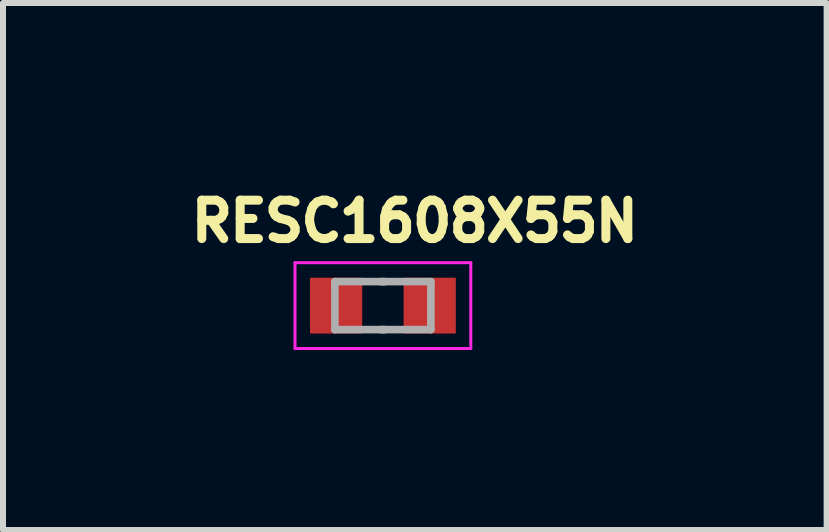
<source format=kicad_pcb>
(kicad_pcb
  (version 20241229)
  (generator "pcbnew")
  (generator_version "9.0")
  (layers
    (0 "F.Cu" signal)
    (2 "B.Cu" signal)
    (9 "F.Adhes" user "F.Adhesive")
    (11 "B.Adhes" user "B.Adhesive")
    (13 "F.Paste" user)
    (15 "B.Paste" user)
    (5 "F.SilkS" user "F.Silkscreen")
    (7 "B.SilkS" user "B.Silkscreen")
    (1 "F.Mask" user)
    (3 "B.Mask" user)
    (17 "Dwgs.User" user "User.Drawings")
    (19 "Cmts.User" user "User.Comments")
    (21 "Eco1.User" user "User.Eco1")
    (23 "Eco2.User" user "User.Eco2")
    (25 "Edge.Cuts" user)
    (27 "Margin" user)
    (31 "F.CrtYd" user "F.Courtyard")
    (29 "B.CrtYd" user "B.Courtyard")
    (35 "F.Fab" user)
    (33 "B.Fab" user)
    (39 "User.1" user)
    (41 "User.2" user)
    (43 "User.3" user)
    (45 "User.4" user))
  (footprint "RESC1608X55N"
    (layer "F.Cu")
    (at 3.332 2.044)
    (property "Reference" "RESC1608X55N" (at 0.532 -1.406 0) (layer "F.SilkS") (effects (font (size 0.64 0.64) (thickness 0.15))))
    (attr smd)
    (fp_line (start -0.025 -0.4) (end 0.025 -0.4) (stroke (width 0.127) (type solid)) (layer "F.SilkS"))
    (fp_line (start 0.025 0.4) (end -0.025 0.4) (stroke (width 0.127) (type solid)) (layer "F.SilkS"))
    (fp_line (start -1.465 -0.715) (end 1.465 -0.715) (stroke (width 0.05) (type solid)) (layer "F.CrtYd"))
    (fp_line (start -1.465 0.715) (end -1.465 -0.715) (stroke (width 0.05) (type solid)) (layer "F.CrtYd"))
    (fp_line (start 1.465 -0.715) (end 1.465 0.715) (stroke (width 0.05) (type solid)) (layer "F.CrtYd"))
    (fp_line (start 1.465 0.715) (end -1.465 0.715) (stroke (width 0.05) (type solid)) (layer "F.CrtYd"))
    (fp_line (start -0.8 -0.4) (end 0.8 -0.4) (stroke (width 0.127) (type solid)) (layer "F.Fab"))
    (fp_line (start -0.8 0.4) (end -0.8 -0.4) (stroke (width 0.127) (type solid)) (layer "F.Fab"))
    (fp_line (start 0.8 -0.4) (end 0.8 0.4) (stroke (width 0.127) (type solid)) (layer "F.Fab"))
    (fp_line (start 0.8 0.4) (end -0.8 0.4) (stroke (width 0.127) (type solid)) (layer "F.Fab"))
    (pad "1" smd rect (at -0.78 0) (size 0.87 0.93) (layers "F.Cu" "F.Mask" "F.Paste"))
    (pad "2" smd rect (at 0.78 0) (size 0.87 0.93) (layers "F.Cu" "F.Mask" "F.Paste")))
  (gr_rect
    (start -3 -3)
    (end 10.728 5.784)
    (stroke (width 0.1) (type default))
    (fill no)
    (layer "Edge.Cuts")))
</source>
